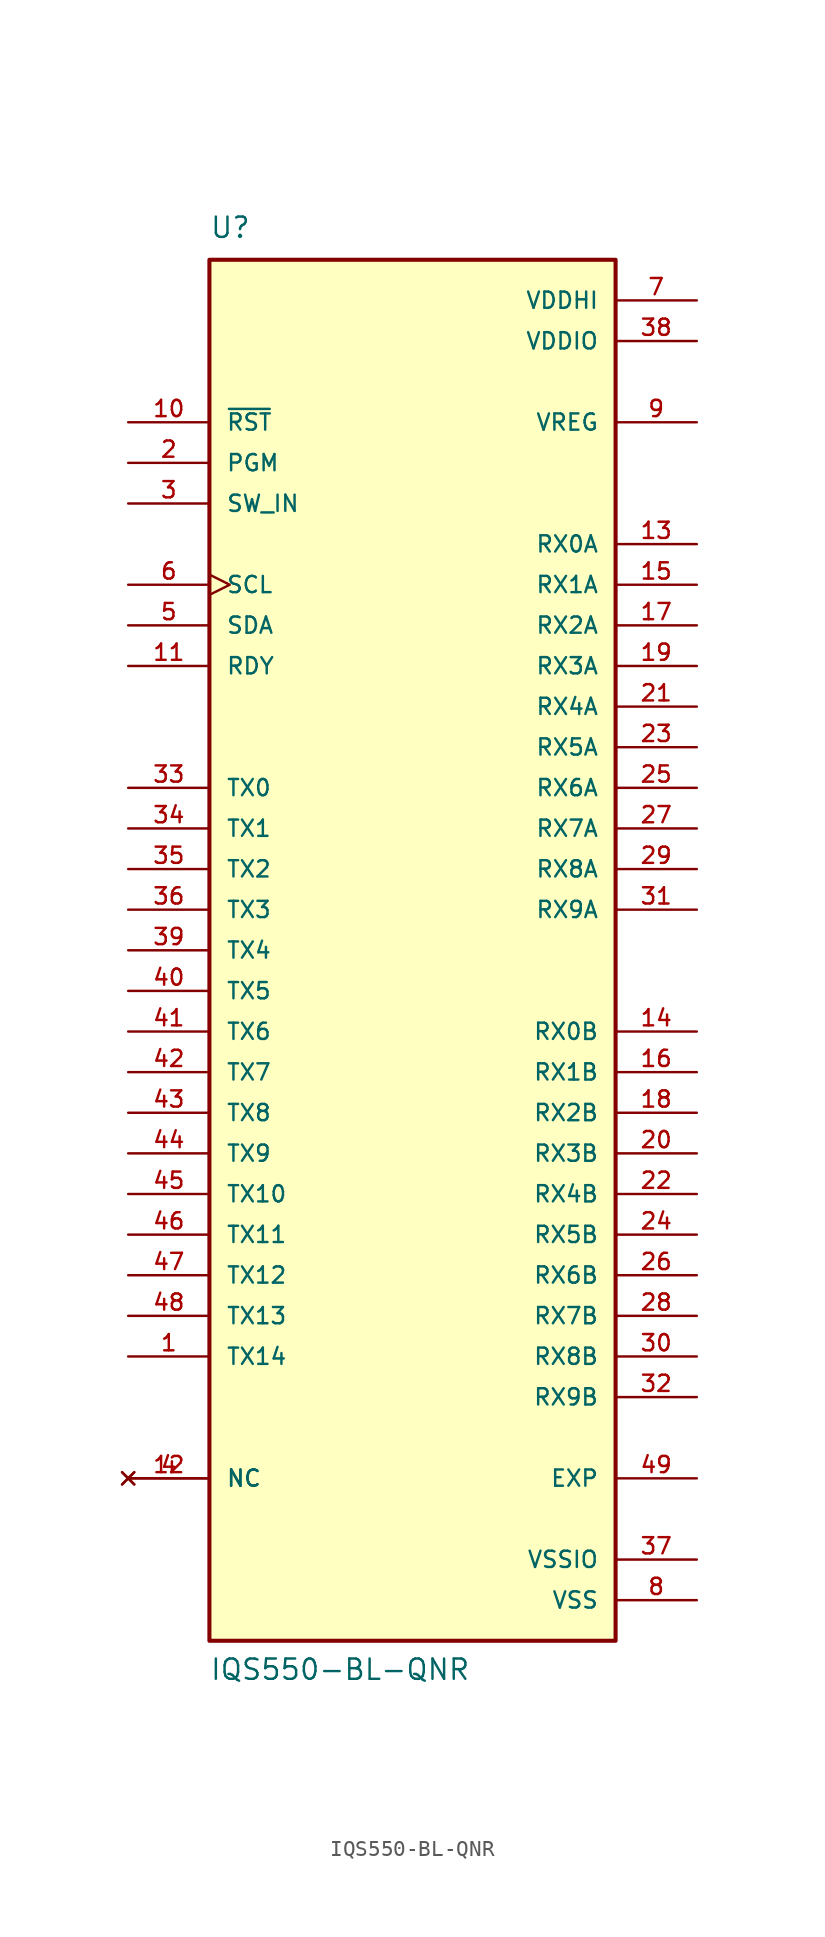
<source format=kicad_sym>
(kicad_symbol_lib
  (version 20211014)
  (generator kicad_symbol_editor)
  (symbol "IQS550-BL-QNR"
    (pin_names
      (offset 1.016))
    (property "Reference" "U"
      (at -12.7 44.45 0)
      (effects (font (size 1.27 1.27)) (justify bottom left)))
    (property "Value" "IQS550-BL-QNR"
      (at -12.7 -45.72 0)
      (effects (font (size 1.27 1.27)) (justify bottom left)))
    (symbol "IQS550-BL-QNR_0_0"
      (rectangle (start -12.7 -43.18) (end 12.7 43.18) (stroke (width 0.254)) (fill (type background)))
      (pin bidirectional line (at -17.78 20.32 0) (length 5.08) (name "SDA" (effects (font (size 1.016 1.016)))) (number "5" (effects (font (size 1.016 1.016)))))
      (pin bidirectional line (at -17.78 17.78 0) (length 5.08) (name "RDY" (effects (font (size 1.016 1.016)))) (number "11" (effects (font (size 1.016 1.016)))))
      (pin power_in line (at 17.78 40.64 180.0) (length 5.08) (name "VDDHI" (effects (font (size 1.016 1.016)))) (number "7" (effects (font (size 1.016 1.016)))))
      (pin bidirectional line (at 17.78 25.4 180.0) (length 5.08) (name "RX0A" (effects (font (size 1.016 1.016)))) (number "13" (effects (font (size 1.016 1.016)))))
      (pin input clock (at -17.78 22.86 0) (length 5.08) (name "SCL" (effects (font (size 1.016 1.016)))) (number "6" (effects (font (size 1.016 1.016)))))
      (pin no_connect line (at -17.78 -33.02 0) (length 5.08) (name "NC" (effects (font (size 1.016 1.016)))) (number "4" (effects (font (size 1.016 1.016)))))
      (pin no_connect line (at -17.78 -33.02 0) (length 5.08) (name "NC" (effects (font (size 1.016 1.016)))) (number "12" (effects (font (size 1.016 1.016)))))
      (pin power_in line (at 17.78 -40.64 180.0) (length 5.08) (name "VSS" (effects (font (size 1.016 1.016)))) (number "8" (effects (font (size 1.016 1.016)))))
      (pin input line (at -17.78 33.02 0) (length 5.08) (name "~{RST}" (effects (font (size 1.016 1.016)))) (number "10" (effects (font (size 1.016 1.016)))))
      (pin bidirectional line (at 17.78 -5.08 180.0) (length 5.08) (name "RX0B" (effects (font (size 1.016 1.016)))) (number "14" (effects (font (size 1.016 1.016)))))
      (pin input line (at -17.78 30.48 0) (length 5.08) (name "PGM" (effects (font (size 1.016 1.016)))) (number "2" (effects (font (size 1.016 1.016)))))
      (pin input line (at -17.78 27.94 0) (length 5.08) (name "SW_IN" (effects (font (size 1.016 1.016)))) (number "3" (effects (font (size 1.016 1.016)))))
      (pin bidirectional line (at -17.78 10.16 0) (length 5.08) (name "TX0" (effects (font (size 1.016 1.016)))) (number "33" (effects (font (size 1.016 1.016)))))
      (pin bidirectional line (at -17.78 7.62 0) (length 5.08) (name "TX1" (effects (font (size 1.016 1.016)))) (number "34" (effects (font (size 1.016 1.016)))))
      (pin power_in line (at 17.78 -38.1 180.0) (length 5.08) (name "VSSIO" (effects (font (size 1.016 1.016)))) (number "37" (effects (font (size 1.016 1.016)))))
      (pin power_in line (at 17.78 38.1 180.0) (length 5.08) (name "VDDIO" (effects (font (size 1.016 1.016)))) (number "38" (effects (font (size 1.016 1.016)))))
      (pin bidirectional line (at -17.78 5.08 0) (length 5.08) (name "TX2" (effects (font (size 1.016 1.016)))) (number "35" (effects (font (size 1.016 1.016)))))
      (pin bidirectional line (at -17.78 2.54 0) (length 5.08) (name "TX3" (effects (font (size 1.016 1.016)))) (number "36" (effects (font (size 1.016 1.016)))))
      (pin bidirectional line (at -17.78 0.0 0) (length 5.08) (name "TX4" (effects (font (size 1.016 1.016)))) (number "39" (effects (font (size 1.016 1.016)))))
      (pin bidirectional line (at -17.78 -2.54 0) (length 5.08) (name "TX5" (effects (font (size 1.016 1.016)))) (number "40" (effects (font (size 1.016 1.016)))))
      (pin bidirectional line (at -17.78 -5.08 0) (length 5.08) (name "TX6" (effects (font (size 1.016 1.016)))) (number "41" (effects (font (size 1.016 1.016)))))
      (pin bidirectional line (at -17.78 -7.62 0) (length 5.08) (name "TX7" (effects (font (size 1.016 1.016)))) (number "42" (effects (font (size 1.016 1.016)))))
      (pin bidirectional line (at -17.78 -10.16 0) (length 5.08) (name "TX8" (effects (font (size 1.016 1.016)))) (number "43" (effects (font (size 1.016 1.016)))))
      (pin bidirectional line (at -17.78 -12.7 0) (length 5.08) (name "TX9" (effects (font (size 1.016 1.016)))) (number "44" (effects (font (size 1.016 1.016)))))
      (pin bidirectional line (at -17.78 -15.24 0) (length 5.08) (name "TX10" (effects (font (size 1.016 1.016)))) (number "45" (effects (font (size 1.016 1.016)))))
      (pin bidirectional line (at -17.78 -17.78 0) (length 5.08) (name "TX11" (effects (font (size 1.016 1.016)))) (number "46" (effects (font (size 1.016 1.016)))))
      (pin bidirectional line (at -17.78 -20.32 0) (length 5.08) (name "TX12" (effects (font (size 1.016 1.016)))) (number "47" (effects (font (size 1.016 1.016)))))
      (pin bidirectional line (at -17.78 -22.86 0) (length 5.08) (name "TX13" (effects (font (size 1.016 1.016)))) (number "48" (effects (font (size 1.016 1.016)))))
      (pin bidirectional line (at -17.78 -25.4 0) (length 5.08) (name "TX14" (effects (font (size 1.016 1.016)))) (number "1" (effects (font (size 1.016 1.016)))))
      (pin bidirectional line (at 17.78 22.86 180.0) (length 5.08) (name "RX1A" (effects (font (size 1.016 1.016)))) (number "15" (effects (font (size 1.016 1.016)))))
      (pin bidirectional line (at 17.78 -7.62 180.0) (length 5.08) (name "RX1B" (effects (font (size 1.016 1.016)))) (number "16" (effects (font (size 1.016 1.016)))))
      (pin bidirectional line (at 17.78 20.32 180.0) (length 5.08) (name "RX2A" (effects (font (size 1.016 1.016)))) (number "17" (effects (font (size 1.016 1.016)))))
      (pin bidirectional line (at 17.78 -10.16 180.0) (length 5.08) (name "RX2B" (effects (font (size 1.016 1.016)))) (number "18" (effects (font (size 1.016 1.016)))))
      (pin bidirectional line (at 17.78 17.78 180.0) (length 5.08) (name "RX3A" (effects (font (size 1.016 1.016)))) (number "19" (effects (font (size 1.016 1.016)))))
      (pin bidirectional line (at 17.78 -12.7 180.0) (length 5.08) (name "RX3B" (effects (font (size 1.016 1.016)))) (number "20" (effects (font (size 1.016 1.016)))))
      (pin bidirectional line (at 17.78 15.24 180.0) (length 5.08) (name "RX4A" (effects (font (size 1.016 1.016)))) (number "21" (effects (font (size 1.016 1.016)))))
      (pin bidirectional line (at 17.78 -15.24 180.0) (length 5.08) (name "RX4B" (effects (font (size 1.016 1.016)))) (number "22" (effects (font (size 1.016 1.016)))))
      (pin bidirectional line (at 17.78 12.7 180.0) (length 5.08) (name "RX5A" (effects (font (size 1.016 1.016)))) (number "23" (effects (font (size 1.016 1.016)))))
      (pin bidirectional line (at 17.78 -17.78 180.0) (length 5.08) (name "RX5B" (effects (font (size 1.016 1.016)))) (number "24" (effects (font (size 1.016 1.016)))))
      (pin bidirectional line (at 17.78 10.16 180.0) (length 5.08) (name "RX6A" (effects (font (size 1.016 1.016)))) (number "25" (effects (font (size 1.016 1.016)))))
      (pin bidirectional line (at 17.78 -20.32 180.0) (length 5.08) (name "RX6B" (effects (font (size 1.016 1.016)))) (number "26" (effects (font (size 1.016 1.016)))))
      (pin bidirectional line (at 17.78 7.62 180.0) (length 5.08) (name "RX7A" (effects (font (size 1.016 1.016)))) (number "27" (effects (font (size 1.016 1.016)))))
      (pin bidirectional line (at 17.78 -22.86 180.0) (length 5.08) (name "RX7B" (effects (font (size 1.016 1.016)))) (number "28" (effects (font (size 1.016 1.016)))))
      (pin bidirectional line (at 17.78 5.08 180.0) (length 5.08) (name "RX8A" (effects (font (size 1.016 1.016)))) (number "29" (effects (font (size 1.016 1.016)))))
      (pin bidirectional line (at 17.78 -25.4 180.0) (length 5.08) (name "RX8B" (effects (font (size 1.016 1.016)))) (number "30" (effects (font (size 1.016 1.016)))))
      (pin bidirectional line (at 17.78 2.54 180.0) (length 5.08) (name "RX9A" (effects (font (size 1.016 1.016)))) (number "31" (effects (font (size 1.016 1.016)))))
      (pin bidirectional line (at 17.78 -27.94 180.0) (length 5.08) (name "RX9B" (effects (font (size 1.016 1.016)))) (number "32" (effects (font (size 1.016 1.016)))))
      (pin passive line (at 17.78 -33.02 180.0) (length 5.08) (name "EXP" (effects (font (size 1.016 1.016)))) (number "49" (effects (font (size 1.016 1.016)))))
      (pin output line (at 17.78 33.02 180.0) (length 5.08) (name "VREG" (effects (font (size 1.016 1.016)))) (number "9" (effects (font (size 1.016 1.016))))))))
</source>
